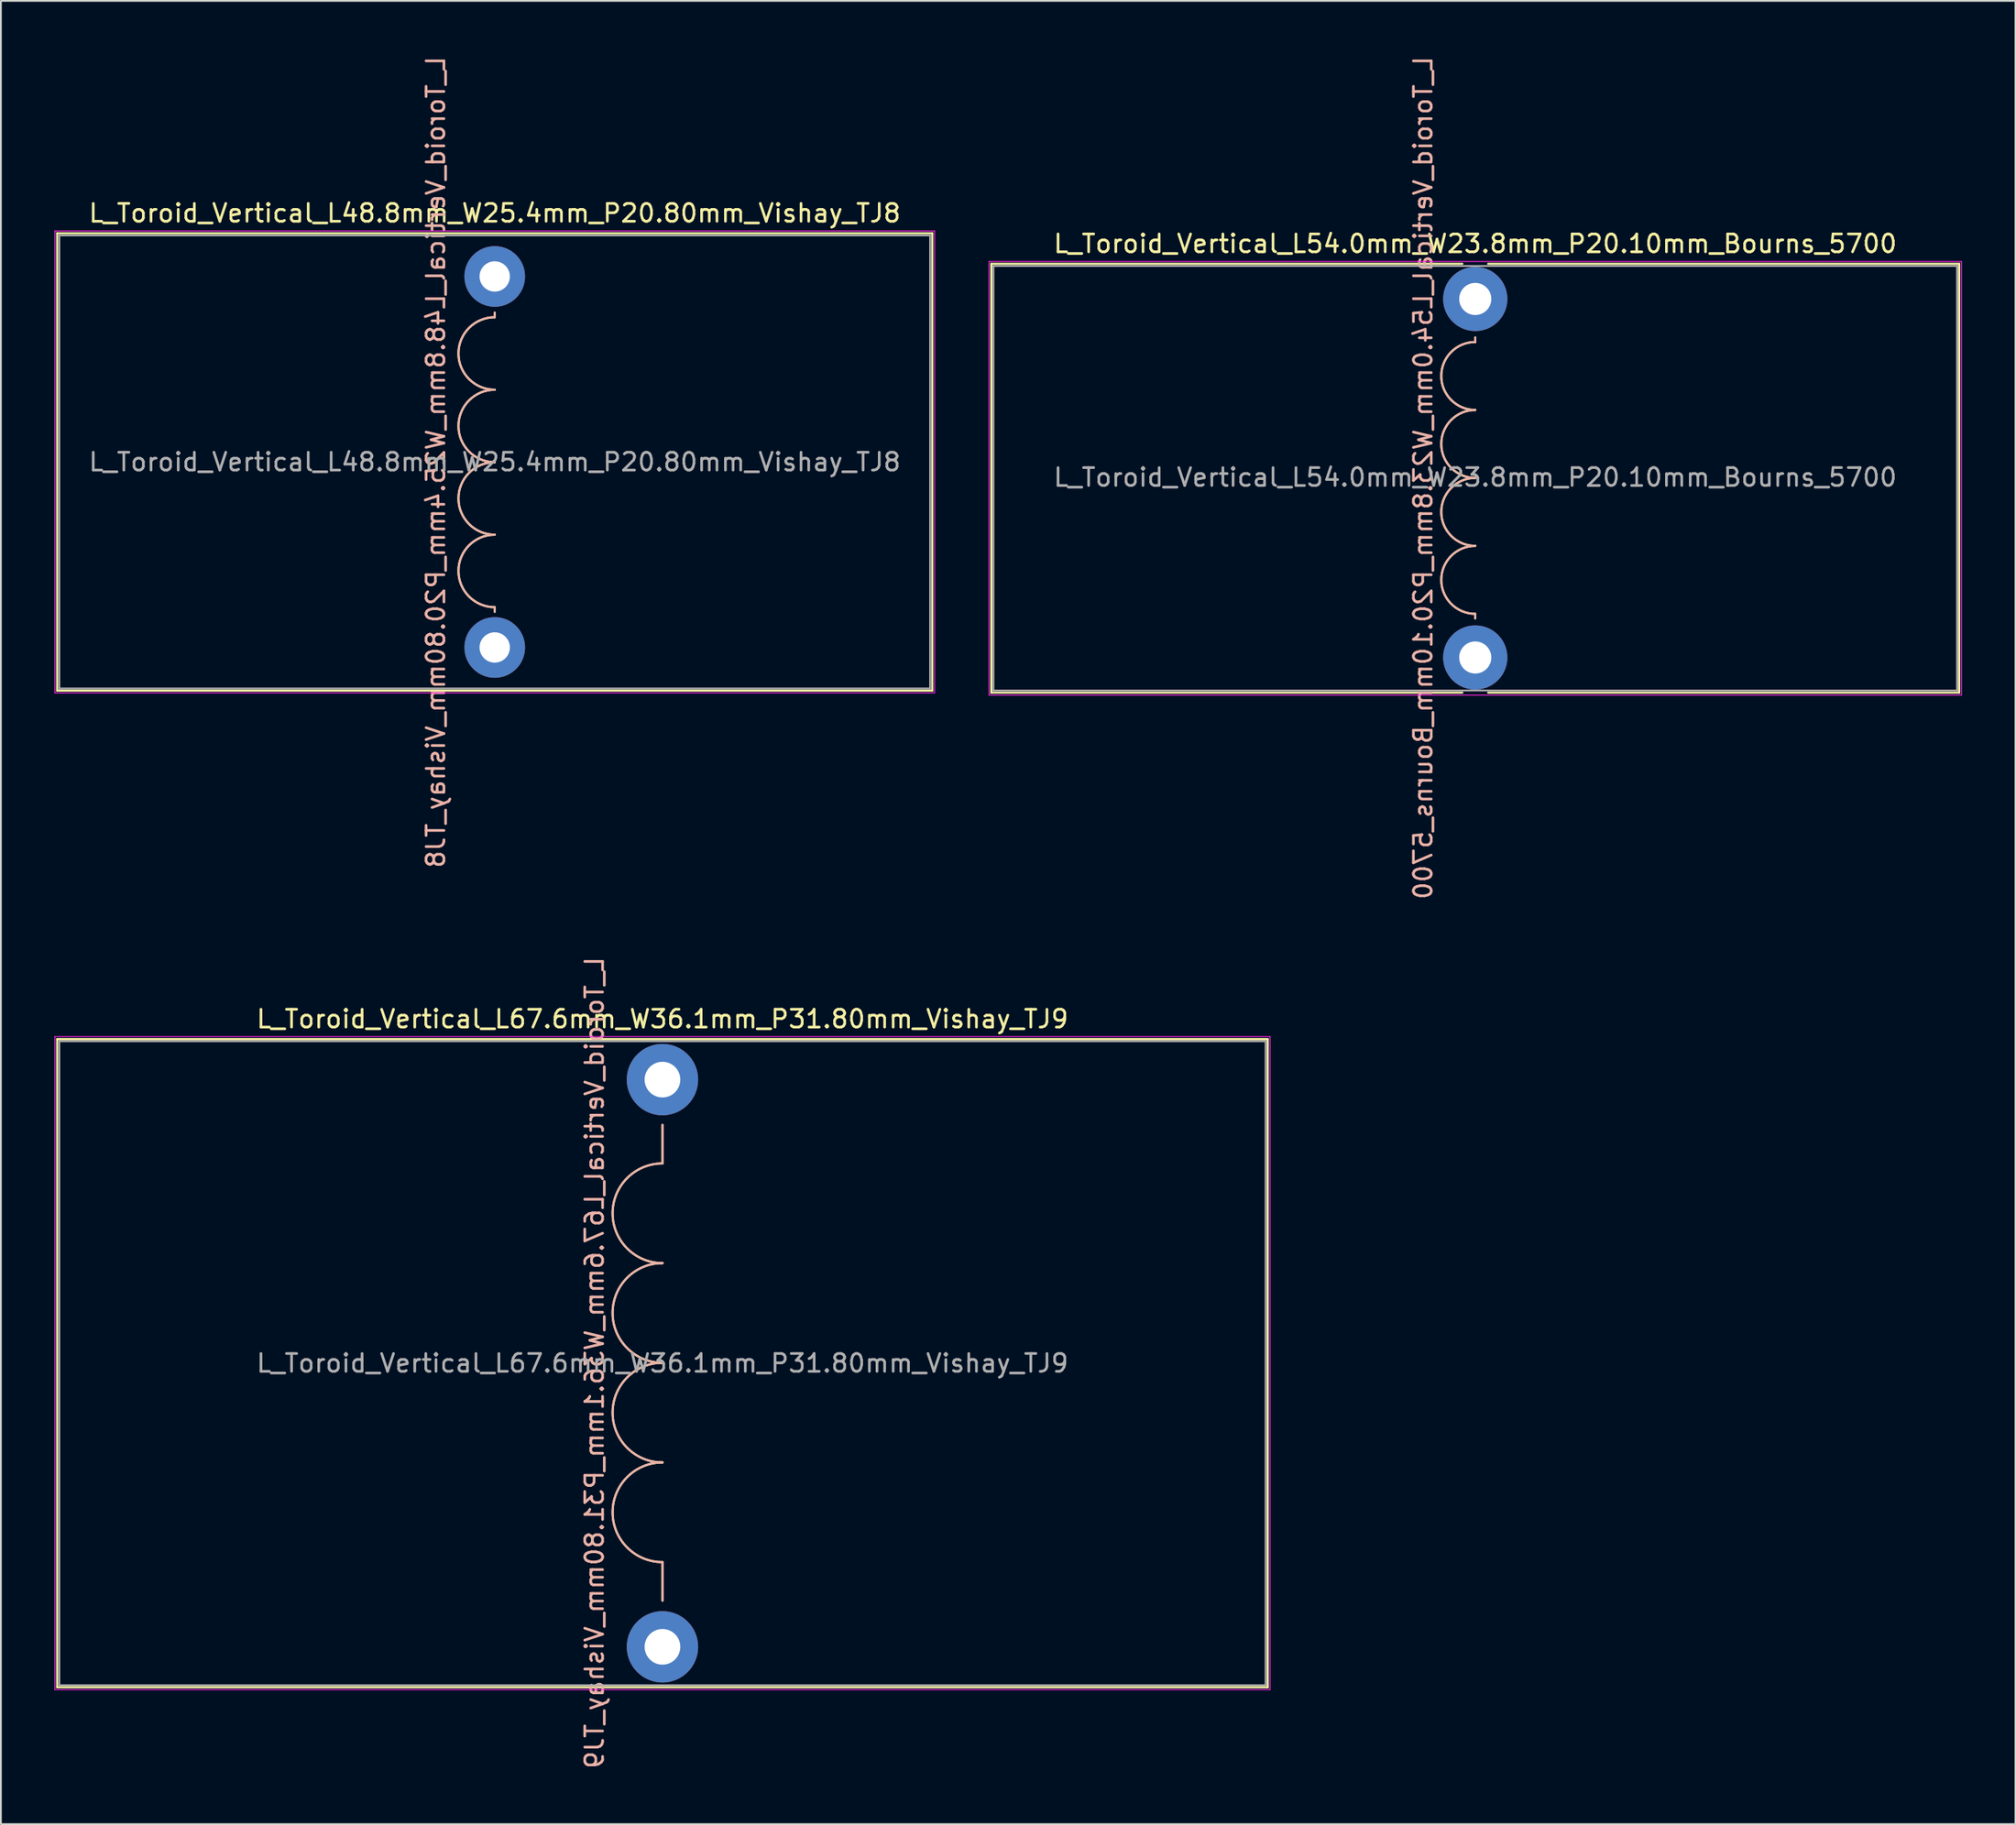
<source format=kicad_pcb>
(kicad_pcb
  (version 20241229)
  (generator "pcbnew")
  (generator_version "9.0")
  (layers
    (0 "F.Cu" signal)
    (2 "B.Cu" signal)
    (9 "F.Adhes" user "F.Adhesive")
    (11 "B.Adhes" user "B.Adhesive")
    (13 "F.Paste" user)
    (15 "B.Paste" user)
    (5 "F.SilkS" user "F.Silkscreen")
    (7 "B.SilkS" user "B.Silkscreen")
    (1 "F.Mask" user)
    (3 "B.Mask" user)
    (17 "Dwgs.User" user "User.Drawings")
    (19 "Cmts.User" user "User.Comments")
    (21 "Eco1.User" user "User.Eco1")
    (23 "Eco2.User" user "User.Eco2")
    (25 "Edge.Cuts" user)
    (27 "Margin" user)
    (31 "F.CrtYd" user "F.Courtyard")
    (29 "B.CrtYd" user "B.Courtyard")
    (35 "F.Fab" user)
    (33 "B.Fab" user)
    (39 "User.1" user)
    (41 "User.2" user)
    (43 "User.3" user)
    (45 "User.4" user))
  (footprint "L_Toroid_Vertical_L67.6mm_W36.1mm_P31.80mm_Vishay_TJ9"
    (layer "F.Cu")
    (at 34.075 57.476)
    (property "Reference" "L_Toroid_Vertical_L67.6mm_W36.1mm_P31.80mm_Vishay_TJ9" (at 0 -3.4 0) (layer "F.SilkS") (effects (font (size 1 1) (thickness 0.15))))
    (fp_line (start -33.92 -2.27) (end -33.92 34.07) (stroke (width 0.12) (type solid)) (layer "F.SilkS"))
    (fp_line (start -33.92 -2.27) (end 33.92 -2.27) (stroke (width 0.12) (type solid)) (layer "F.SilkS"))
    (fp_line (start -33.92 34.07) (end 33.92 34.07) (stroke (width 0.12) (type solid)) (layer "F.SilkS"))
    (fp_line (start 0 4.699) (end 0 2.54) (stroke (width 0.12) (type solid)) (layer "F.SilkS"))
    (fp_line (start 0 27.051) (end 0 29.21) (stroke (width 0.12) (type solid)) (layer "F.SilkS"))
    (fp_line (start 33.92 -2.27) (end 33.92 34.07) (stroke (width 0.12) (type solid)) (layer "F.SilkS"))
    (fp_arc (start 0 10.287) (mid -2.794 7.493) (end 0 4.699) (stroke (width 0.12) (type solid)) (layer "F.SilkS"))
    (fp_arc (start 0 15.875) (mid -2.794 13.081) (end 0 10.287) (stroke (width 0.12) (type solid)) (layer "F.SilkS"))
    (fp_arc (start 0 21.463) (mid -2.794 18.669) (end 0 15.875) (stroke (width 0.12) (type solid)) (layer "F.SilkS"))
    (fp_arc (start 0 27.051) (mid -2.794 24.257) (end 0 21.463) (stroke (width 0.12) (type solid)) (layer "F.SilkS"))
    (fp_line (start 0 4.699) (end 0 2.54) (stroke (width 0.12) (type solid)) (layer "B.SilkS"))
    (fp_line (start 0 27.051) (end 0 29.21) (stroke (width 0.12) (type solid)) (layer "B.SilkS"))
    (fp_arc (start 0 10.287) (mid -2.794 7.493) (end 0 4.699) (stroke (width 0.12) (type solid)) (layer "B.SilkS"))
    (fp_arc (start 0 15.875) (mid -2.794 13.081) (end 0 10.287) (stroke (width 0.12) (type solid)) (layer "B.SilkS"))
    (fp_arc (start 0 21.463) (mid -2.794 18.669) (end 0 15.875) (stroke (width 0.12) (type solid)) (layer "B.SilkS"))
    (fp_arc (start 0 27.051) (mid -2.794 24.257) (end 0 21.463) (stroke (width 0.12) (type solid)) (layer "B.SilkS"))
    (fp_line (start -34.05 -2.41) (end -34.05 34.2) (stroke (width 0.05) (type solid)) (layer "F.CrtYd"))
    (fp_line (start -34.05 34.2) (end 34.05 34.2) (stroke (width 0.05) (type solid)) (layer "F.CrtYd"))
    (fp_line (start 34.05 -2.41) (end -34.05 -2.41) (stroke (width 0.05) (type solid)) (layer "F.CrtYd"))
    (fp_line (start 34.05 34.2) (end 34.05 -2.41) (stroke (width 0.05) (type solid)) (layer "F.CrtYd"))
    (fp_line (start -33.8 -2.15) (end -33.8 33.95) (stroke (width 0.1) (type solid)) (layer "F.Fab"))
    (fp_line (start -33.8 33.95) (end 33.8 33.95) (stroke (width 0.1) (type solid)) (layer "F.Fab"))
    (fp_line (start 33.8 -2.15) (end -33.8 -2.15) (stroke (width 0.1) (type solid)) (layer "F.Fab"))
    (fp_line (start 33.8 33.95) (end 33.8 -2.15) (stroke (width 0.1) (type solid)) (layer "F.Fab"))
    (fp_text user "${REFERENCE}" (at -3.81 15.875 90) (layer "B.SilkS") (effects (font (size 1 1) (thickness 0.15)) (justify mirror)))
    (fp_text user "${REFERENCE}" (at 0 15.9 0) (layer "F.Fab") (effects (font (size 1 1) (thickness 0.15))))
    (pad "1" thru_hole circle (at 0 0) (size 4 4) (drill 2) (layers "*.Cu" "*.Mask"))
    (pad "2" thru_hole circle (at 0 31.8) (size 4 4) (drill 2) (layers "*.Cu" "*.Mask")))
  (footprint "L_Toroid_Vertical_L48.8mm_W25.4mm_P20.80mm_Vishay_TJ8"
    (layer "F.Cu")
    (at 24.675 12.449)
    (property "Reference" "L_Toroid_Vertical_L48.8mm_W25.4mm_P20.80mm_Vishay_TJ8" (at 0 -3.55 0) (layer "F.SilkS") (effects (font (size 1 1) (thickness 0.15))))
    (fp_line (start -24.52 -2.42) (end -24.52 23.22) (stroke (width 0.12) (type solid)) (layer "F.SilkS"))
    (fp_line (start -24.52 -2.42) (end 24.52 -2.42) (stroke (width 0.12) (type solid)) (layer "F.SilkS"))
    (fp_line (start -24.52 23.22) (end 24.52 23.22) (stroke (width 0.12) (type solid)) (layer "F.SilkS"))
    (fp_line (start 0 2.286) (end 0 2.032) (stroke (width 0.12) (type solid)) (layer "F.SilkS"))
    (fp_line (start 0 18.542) (end 0 18.796) (stroke (width 0.12) (type solid)) (layer "F.SilkS"))
    (fp_line (start 24.52 -2.42) (end 24.52 23.22) (stroke (width 0.12) (type solid)) (layer "F.SilkS"))
    (fp_arc (start 0 6.35) (mid -2.032 4.318) (end 0 2.286) (stroke (width 0.12) (type solid)) (layer "F.SilkS"))
    (fp_arc (start 0 10.414) (mid -2.032 8.382) (end 0 6.35) (stroke (width 0.12) (type solid)) (layer "F.SilkS"))
    (fp_arc (start 0 14.478) (mid -2.032 12.446) (end 0 10.414) (stroke (width 0.12) (type solid)) (layer "F.SilkS"))
    (fp_arc (start 0 18.542) (mid -2.032 16.51) (end 0 14.478) (stroke (width 0.12) (type solid)) (layer "F.SilkS"))
    (fp_line (start 0 2.286) (end 0 2.032) (stroke (width 0.12) (type solid)) (layer "B.SilkS"))
    (fp_line (start 0 18.542) (end 0 18.796) (stroke (width 0.12) (type solid)) (layer "B.SilkS"))
    (fp_arc (start 0 6.35) (mid -2.032 4.318) (end 0 2.286) (stroke (width 0.12) (type solid)) (layer "B.SilkS"))
    (fp_arc (start 0 10.414) (mid -2.032 8.382) (end 0 6.35) (stroke (width 0.12) (type solid)) (layer "B.SilkS"))
    (fp_arc (start 0 14.478) (mid -2.032 12.446) (end 0 10.414) (stroke (width 0.12) (type solid)) (layer "B.SilkS"))
    (fp_arc (start 0 18.542) (mid -2.032 16.51) (end 0 14.478) (stroke (width 0.12) (type solid)) (layer "B.SilkS"))
    (fp_line (start -24.65 -2.55) (end -24.65 23.35) (stroke (width 0.05) (type solid)) (layer "F.CrtYd"))
    (fp_line (start -24.65 23.35) (end 24.65 23.35) (stroke (width 0.05) (type solid)) (layer "F.CrtYd"))
    (fp_line (start 24.65 -2.55) (end -24.65 -2.55) (stroke (width 0.05) (type solid)) (layer "F.CrtYd"))
    (fp_line (start 24.65 23.35) (end 24.65 -2.55) (stroke (width 0.05) (type solid)) (layer "F.CrtYd"))
    (fp_line (start -24.4 -2.3) (end -24.4 23.1) (stroke (width 0.1) (type solid)) (layer "F.Fab"))
    (fp_line (start -24.4 23.1) (end 24.4 23.1) (stroke (width 0.1) (type solid)) (layer "F.Fab"))
    (fp_line (start 24.4 -2.3) (end -24.4 -2.3) (stroke (width 0.1) (type solid)) (layer "F.Fab"))
    (fp_line (start 24.4 23.1) (end 24.4 -2.3) (stroke (width 0.1) (type solid)) (layer "F.Fab"))
    (fp_text user "${REFERENCE}" (at -3.302 10.414 90) (layer "B.SilkS") (effects (font (size 1 1) (thickness 0.15)) (justify mirror)))
    (fp_text user "${REFERENCE}" (at 0 10.4 0) (layer "F.Fab") (effects (font (size 1 1) (thickness 0.15))))
    (pad "1" thru_hole circle (at 0 0) (size 3.4 3.4) (drill 1.7) (layers "*.Cu" "*.Mask"))
    (pad "2" thru_hole circle (at 0 20.8) (size 3.4 3.4) (drill 1.7) (layers "*.Cu" "*.Mask")))
  (footprint "L_Toroid_Vertical_L54.0mm_W23.8mm_P20.10mm_Bourns_5700"
    (layer "F.Cu")
    (at 79.625 13.711)
    (property "Reference" "L_Toroid_Vertical_L54.0mm_W23.8mm_P20.10mm_Bourns_5700" (at 0 -3.1 0) (layer "F.SilkS") (effects (font (size 1 1) (thickness 0.15))))
    (fp_line (start -27.12 -1.97) (end -27.12 22.07) (stroke (width 0.12) (type solid)) (layer "F.SilkS"))
    (fp_line (start -27.12 -1.97) (end -0.725 -1.97) (stroke (width 0.12) (type solid)) (layer "F.SilkS"))
    (fp_line (start -27.12 22.07) (end -0.725 22.07) (stroke (width 0.12) (type solid)) (layer "F.SilkS"))
    (fp_line (start 0 2.413) (end 0 2.159) (stroke (width 0.12) (type solid)) (layer "F.SilkS"))
    (fp_line (start 0 17.653) (end 0 17.907) (stroke (width 0.12) (type solid)) (layer "F.SilkS"))
    (fp_line (start 0.725 -1.97) (end 27.12 -1.97) (stroke (width 0.12) (type solid)) (layer "F.SilkS"))
    (fp_line (start 0.725 22.07) (end 27.12 22.07) (stroke (width 0.12) (type solid)) (layer "F.SilkS"))
    (fp_line (start 27.12 -1.97) (end 27.12 22.07) (stroke (width 0.12) (type solid)) (layer "F.SilkS"))
    (fp_arc (start 0 6.223) (mid -1.905 4.318) (end 0 2.413) (stroke (width 0.12) (type solid)) (layer "F.SilkS"))
    (fp_arc (start 0 10.033) (mid -1.905 8.128) (end 0 6.223) (stroke (width 0.12) (type solid)) (layer "F.SilkS"))
    (fp_arc (start 0 13.843) (mid -1.905 11.938) (end 0 10.033) (stroke (width 0.12) (type solid)) (layer "F.SilkS"))
    (fp_arc (start 0 17.653) (mid -1.905 15.748) (end 0 13.843) (stroke (width 0.12) (type solid)) (layer "F.SilkS"))
    (fp_line (start 0 2.413) (end 0 2.159) (stroke (width 0.12) (type solid)) (layer "B.SilkS"))
    (fp_line (start 0 17.653) (end 0 17.907) (stroke (width 0.12) (type solid)) (layer "B.SilkS"))
    (fp_arc (start 0 6.223) (mid -1.905 4.318) (end 0 2.413) (stroke (width 0.12) (type solid)) (layer "B.SilkS"))
    (fp_arc (start 0 10.033) (mid -1.905 8.128) (end 0 6.223) (stroke (width 0.12) (type solid)) (layer "B.SilkS"))
    (fp_arc (start 0 13.843) (mid -1.905 11.938) (end 0 10.033) (stroke (width 0.12) (type solid)) (layer "B.SilkS"))
    (fp_arc (start 0 17.653) (mid -1.905 15.748) (end 0 13.843) (stroke (width 0.12) (type solid)) (layer "B.SilkS"))
    (fp_line (start -27.25 -2.1) (end -27.25 22.21) (stroke (width 0.05) (type solid)) (layer "F.CrtYd"))
    (fp_line (start -27.25 22.21) (end 27.25 22.21) (stroke (width 0.05) (type solid)) (layer "F.CrtYd"))
    (fp_line (start 27.25 -2.1) (end -27.25 -2.1) (stroke (width 0.05) (type solid)) (layer "F.CrtYd"))
    (fp_line (start 27.25 22.21) (end 27.25 -2.1) (stroke (width 0.05) (type solid)) (layer "F.CrtYd"))
    (fp_line (start -27 -1.85) (end -27 21.95) (stroke (width 0.1) (type solid)) (layer "F.Fab"))
    (fp_line (start -27 21.95) (end 27 21.95) (stroke (width 0.1) (type solid)) (layer "F.Fab"))
    (fp_line (start 27 -1.85) (end -27 -1.85) (stroke (width 0.1) (type solid)) (layer "F.Fab"))
    (fp_line (start 27 21.95) (end 27 -1.85) (stroke (width 0.1) (type solid)) (layer "F.Fab"))
    (fp_text user "${REFERENCE}" (at -2.921 10.033 90) (layer "B.SilkS") (effects (font (size 1 1) (thickness 0.15)) (justify mirror)))
    (fp_text user "${REFERENCE}" (at 0 10 0) (layer "F.Fab") (effects (font (size 1 1) (thickness 0.15))))
    (pad "1" thru_hole circle (at 0 0) (size 3.6 3.6) (drill 1.8) (layers "*.Cu" "*.Mask"))
    (pad "2" thru_hole circle (at 0 20.1) (size 3.6 3.6) (drill 1.8) (layers "*.Cu" "*.Mask")))
  (gr_rect
    (start -3 -3)
    (end 109.9 99.214)
    (stroke (width 0.1) (type default))
    (fill no)
    (layer "Edge.Cuts")))
</source>
